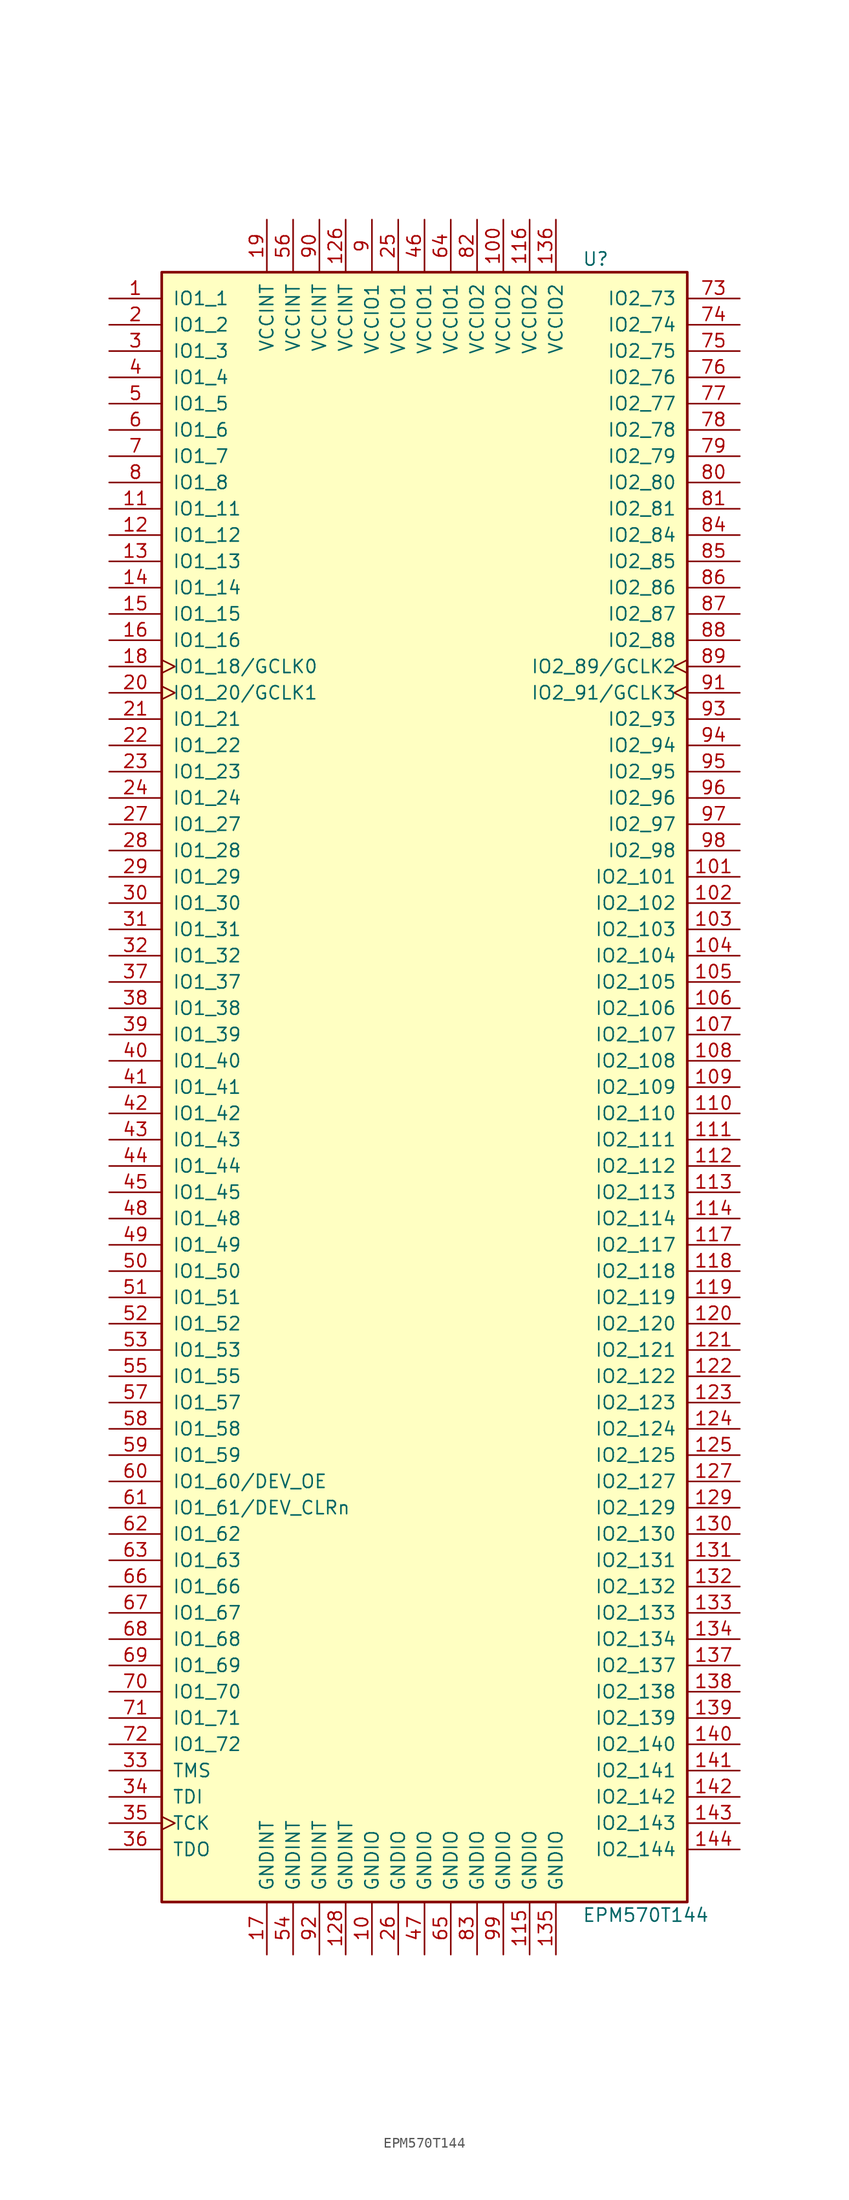
<source format=kicad_sym>
(kicad_symbol_lib
  (version 20220914)
  (generator kicad_symbol_editor)
  (symbol "EPM570T144"
    (pin_names
      (offset 1.016))
    (property "Reference" "U"
      (at 15.24 80.01 0)
      (effects (font (size 1.27 1.27)) (justify left)))
    (property "Value" "EPM570T144"
      (at 15.24 -80.01 0)
      (effects (font (size 1.27 1.27)) (justify left)))
    (property "ki_locked" ""
      (at 0 0 0)
      (effects (font (size 1.27 1.27))))
    (symbol "EPM570T144_1_1"
      (rectangle (start -25.4 78.74) (end 25.4 -78.74) (stroke (width 0.254) (type default)) (fill (type background)))
      (pin bidirectional line (at -30.48 76.2 0) (length 5.08) (name "IO1_1" (effects (font (size 1.27 1.27)))) (number "1" (effects (font (size 1.27 1.27)))))
      (pin power_in line (at -5.08 -83.82 90) (length 5.08) (name "GNDIO" (effects (font (size 1.27 1.27)))) (number "10" (effects (font (size 1.27 1.27)))))
      (pin power_in line (at 7.62 83.82 270) (length 5.08) (name "VCCIO2" (effects (font (size 1.27 1.27)))) (number "100" (effects (font (size 1.27 1.27)))))
      (pin bidirectional line (at 30.48 20.32 180) (length 5.08) (name "IO2_101" (effects (font (size 1.27 1.27)))) (number "101" (effects (font (size 1.27 1.27)))))
      (pin bidirectional line (at 30.48 17.78 180) (length 5.08) (name "IO2_102" (effects (font (size 1.27 1.27)))) (number "102" (effects (font (size 1.27 1.27)))))
      (pin bidirectional line (at 30.48 15.24 180) (length 5.08) (name "IO2_103" (effects (font (size 1.27 1.27)))) (number "103" (effects (font (size 1.27 1.27)))))
      (pin bidirectional line (at 30.48 12.7 180) (length 5.08) (name "IO2_104" (effects (font (size 1.27 1.27)))) (number "104" (effects (font (size 1.27 1.27)))))
      (pin bidirectional line (at 30.48 10.16 180) (length 5.08) (name "IO2_105" (effects (font (size 1.27 1.27)))) (number "105" (effects (font (size 1.27 1.27)))))
      (pin bidirectional line (at 30.48 7.62 180) (length 5.08) (name "IO2_106" (effects (font (size 1.27 1.27)))) (number "106" (effects (font (size 1.27 1.27)))))
      (pin bidirectional line (at 30.48 5.08 180) (length 5.08) (name "IO2_107" (effects (font (size 1.27 1.27)))) (number "107" (effects (font (size 1.27 1.27)))))
      (pin bidirectional line (at 30.48 2.54 180) (length 5.08) (name "IO2_108" (effects (font (size 1.27 1.27)))) (number "108" (effects (font (size 1.27 1.27)))))
      (pin bidirectional line (at 30.48 0 180) (length 5.08) (name "IO2_109" (effects (font (size 1.27 1.27)))) (number "109" (effects (font (size 1.27 1.27)))))
      (pin bidirectional line (at -30.48 55.88 0) (length 5.08) (name "IO1_11" (effects (font (size 1.27 1.27)))) (number "11" (effects (font (size 1.27 1.27)))))
      (pin bidirectional line (at 30.48 -2.54 180) (length 5.08) (name "IO2_110" (effects (font (size 1.27 1.27)))) (number "110" (effects (font (size 1.27 1.27)))))
      (pin bidirectional line (at 30.48 -5.08 180) (length 5.08) (name "IO2_111" (effects (font (size 1.27 1.27)))) (number "111" (effects (font (size 1.27 1.27)))))
      (pin bidirectional line (at 30.48 -7.62 180) (length 5.08) (name "IO2_112" (effects (font (size 1.27 1.27)))) (number "112" (effects (font (size 1.27 1.27)))))
      (pin bidirectional line (at 30.48 -10.16 180) (length 5.08) (name "IO2_113" (effects (font (size 1.27 1.27)))) (number "113" (effects (font (size 1.27 1.27)))))
      (pin bidirectional line (at 30.48 -12.7 180) (length 5.08) (name "IO2_114" (effects (font (size 1.27 1.27)))) (number "114" (effects (font (size 1.27 1.27)))))
      (pin power_in line (at 10.16 -83.82 90) (length 5.08) (name "GNDIO" (effects (font (size 1.27 1.27)))) (number "115" (effects (font (size 1.27 1.27)))))
      (pin power_in line (at 10.16 83.82 270) (length 5.08) (name "VCCIO2" (effects (font (size 1.27 1.27)))) (number "116" (effects (font (size 1.27 1.27)))))
      (pin bidirectional line (at 30.48 -15.24 180) (length 5.08) (name "IO2_117" (effects (font (size 1.27 1.27)))) (number "117" (effects (font (size 1.27 1.27)))))
      (pin bidirectional line (at 30.48 -17.78 180) (length 5.08) (name "IO2_118" (effects (font (size 1.27 1.27)))) (number "118" (effects (font (size 1.27 1.27)))))
      (pin bidirectional line (at 30.48 -20.32 180) (length 5.08) (name "IO2_119" (effects (font (size 1.27 1.27)))) (number "119" (effects (font (size 1.27 1.27)))))
      (pin bidirectional line (at -30.48 53.34 0) (length 5.08) (name "IO1_12" (effects (font (size 1.27 1.27)))) (number "12" (effects (font (size 1.27 1.27)))))
      (pin bidirectional line (at 30.48 -22.86 180) (length 5.08) (name "IO2_120" (effects (font (size 1.27 1.27)))) (number "120" (effects (font (size 1.27 1.27)))))
      (pin bidirectional line (at 30.48 -25.4 180) (length 5.08) (name "IO2_121" (effects (font (size 1.27 1.27)))) (number "121" (effects (font (size 1.27 1.27)))))
      (pin bidirectional line (at 30.48 -27.94 180) (length 5.08) (name "IO2_122" (effects (font (size 1.27 1.27)))) (number "122" (effects (font (size 1.27 1.27)))))
      (pin bidirectional line (at 30.48 -30.48 180) (length 5.08) (name "IO2_123" (effects (font (size 1.27 1.27)))) (number "123" (effects (font (size 1.27 1.27)))))
      (pin bidirectional line (at 30.48 -33.02 180) (length 5.08) (name "IO2_124" (effects (font (size 1.27 1.27)))) (number "124" (effects (font (size 1.27 1.27)))))
      (pin bidirectional line (at 30.48 -35.56 180) (length 5.08) (name "IO2_125" (effects (font (size 1.27 1.27)))) (number "125" (effects (font (size 1.27 1.27)))))
      (pin power_in line (at -7.62 83.82 270) (length 5.08) (name "VCCINT" (effects (font (size 1.27 1.27)))) (number "126" (effects (font (size 1.27 1.27)))))
      (pin bidirectional line (at 30.48 -38.1 180) (length 5.08) (name "IO2_127" (effects (font (size 1.27 1.27)))) (number "127" (effects (font (size 1.27 1.27)))))
      (pin power_in line (at -7.62 -83.82 90) (length 5.08) (name "GNDINT" (effects (font (size 1.27 1.27)))) (number "128" (effects (font (size 1.27 1.27)))))
      (pin bidirectional line (at 30.48 -40.64 180) (length 5.08) (name "IO2_129" (effects (font (size 1.27 1.27)))) (number "129" (effects (font (size 1.27 1.27)))))
      (pin bidirectional line (at -30.48 50.8 0) (length 5.08) (name "IO1_13" (effects (font (size 1.27 1.27)))) (number "13" (effects (font (size 1.27 1.27)))))
      (pin bidirectional line (at 30.48 -43.18 180) (length 5.08) (name "IO2_130" (effects (font (size 1.27 1.27)))) (number "130" (effects (font (size 1.27 1.27)))))
      (pin bidirectional line (at 30.48 -45.72 180) (length 5.08) (name "IO2_131" (effects (font (size 1.27 1.27)))) (number "131" (effects (font (size 1.27 1.27)))))
      (pin bidirectional line (at 30.48 -48.26 180) (length 5.08) (name "IO2_132" (effects (font (size 1.27 1.27)))) (number "132" (effects (font (size 1.27 1.27)))))
      (pin bidirectional line (at 30.48 -50.8 180) (length 5.08) (name "IO2_133" (effects (font (size 1.27 1.27)))) (number "133" (effects (font (size 1.27 1.27)))))
      (pin bidirectional line (at 30.48 -53.34 180) (length 5.08) (name "IO2_134" (effects (font (size 1.27 1.27)))) (number "134" (effects (font (size 1.27 1.27)))))
      (pin power_in line (at 12.7 -83.82 90) (length 5.08) (name "GNDIO" (effects (font (size 1.27 1.27)))) (number "135" (effects (font (size 1.27 1.27)))))
      (pin power_in line (at 12.7 83.82 270) (length 5.08) (name "VCCIO2" (effects (font (size 1.27 1.27)))) (number "136" (effects (font (size 1.27 1.27)))))
      (pin bidirectional line (at 30.48 -55.88 180) (length 5.08) (name "IO2_137" (effects (font (size 1.27 1.27)))) (number "137" (effects (font (size 1.27 1.27)))))
      (pin bidirectional line (at 30.48 -58.42 180) (length 5.08) (name "IO2_138" (effects (font (size 1.27 1.27)))) (number "138" (effects (font (size 1.27 1.27)))))
      (pin bidirectional line (at 30.48 -60.96 180) (length 5.08) (name "IO2_139" (effects (font (size 1.27 1.27)))) (number "139" (effects (font (size 1.27 1.27)))))
      (pin bidirectional line (at -30.48 48.26 0) (length 5.08) (name "IO1_14" (effects (font (size 1.27 1.27)))) (number "14" (effects (font (size 1.27 1.27)))))
      (pin bidirectional line (at 30.48 -63.5 180) (length 5.08) (name "IO2_140" (effects (font (size 1.27 1.27)))) (number "140" (effects (font (size 1.27 1.27)))))
      (pin bidirectional line (at 30.48 -66.04 180) (length 5.08) (name "IO2_141" (effects (font (size 1.27 1.27)))) (number "141" (effects (font (size 1.27 1.27)))))
      (pin bidirectional line (at 30.48 -68.58 180) (length 5.08) (name "IO2_142" (effects (font (size 1.27 1.27)))) (number "142" (effects (font (size 1.27 1.27)))))
      (pin bidirectional line (at 30.48 -71.12 180) (length 5.08) (name "IO2_143" (effects (font (size 1.27 1.27)))) (number "143" (effects (font (size 1.27 1.27)))))
      (pin bidirectional line (at 30.48 -73.66 180) (length 5.08) (name "IO2_144" (effects (font (size 1.27 1.27)))) (number "144" (effects (font (size 1.27 1.27)))))
      (pin bidirectional line (at -30.48 45.72 0) (length 5.08) (name "IO1_15" (effects (font (size 1.27 1.27)))) (number "15" (effects (font (size 1.27 1.27)))))
      (pin bidirectional line (at -30.48 43.18 0) (length 5.08) (name "IO1_16" (effects (font (size 1.27 1.27)))) (number "16" (effects (font (size 1.27 1.27)))))
      (pin power_in line (at -15.24 -83.82 90) (length 5.08) (name "GNDINT" (effects (font (size 1.27 1.27)))) (number "17" (effects (font (size 1.27 1.27)))))
      (pin bidirectional clock (at -30.48 40.64 0) (length 5.08) (name "IO1_18/GCLK0" (effects (font (size 1.27 1.27)))) (number "18" (effects (font (size 1.27 1.27)))))
      (pin power_in line (at -15.24 83.82 270) (length 5.08) (name "VCCINT" (effects (font (size 1.27 1.27)))) (number "19" (effects (font (size 1.27 1.27)))))
      (pin bidirectional line (at -30.48 73.66 0) (length 5.08) (name "IO1_2" (effects (font (size 1.27 1.27)))) (number "2" (effects (font (size 1.27 1.27)))))
      (pin bidirectional clock (at -30.48 38.1 0) (length 5.08) (name "IO1_20/GCLK1" (effects (font (size 1.27 1.27)))) (number "20" (effects (font (size 1.27 1.27)))))
      (pin bidirectional line (at -30.48 35.56 0) (length 5.08) (name "IO1_21" (effects (font (size 1.27 1.27)))) (number "21" (effects (font (size 1.27 1.27)))))
      (pin bidirectional line (at -30.48 33.02 0) (length 5.08) (name "IO1_22" (effects (font (size 1.27 1.27)))) (number "22" (effects (font (size 1.27 1.27)))))
      (pin bidirectional line (at -30.48 30.48 0) (length 5.08) (name "IO1_23" (effects (font (size 1.27 1.27)))) (number "23" (effects (font (size 1.27 1.27)))))
      (pin bidirectional line (at -30.48 27.94 0) (length 5.08) (name "IO1_24" (effects (font (size 1.27 1.27)))) (number "24" (effects (font (size 1.27 1.27)))))
      (pin power_in line (at -2.54 83.82 270) (length 5.08) (name "VCCIO1" (effects (font (size 1.27 1.27)))) (number "25" (effects (font (size 1.27 1.27)))))
      (pin power_in line (at -2.54 -83.82 90) (length 5.08) (name "GNDIO" (effects (font (size 1.27 1.27)))) (number "26" (effects (font (size 1.27 1.27)))))
      (pin bidirectional line (at -30.48 25.4 0) (length 5.08) (name "IO1_27" (effects (font (size 1.27 1.27)))) (number "27" (effects (font (size 1.27 1.27)))))
      (pin bidirectional line (at -30.48 22.86 0) (length 5.08) (name "IO1_28" (effects (font (size 1.27 1.27)))) (number "28" (effects (font (size 1.27 1.27)))))
      (pin bidirectional line (at -30.48 20.32 0) (length 5.08) (name "IO1_29" (effects (font (size 1.27 1.27)))) (number "29" (effects (font (size 1.27 1.27)))))
      (pin bidirectional line (at -30.48 71.12 0) (length 5.08) (name "IO1_3" (effects (font (size 1.27 1.27)))) (number "3" (effects (font (size 1.27 1.27)))))
      (pin bidirectional line (at -30.48 17.78 0) (length 5.08) (name "IO1_30" (effects (font (size 1.27 1.27)))) (number "30" (effects (font (size 1.27 1.27)))))
      (pin bidirectional line (at -30.48 15.24 0) (length 5.08) (name "IO1_31" (effects (font (size 1.27 1.27)))) (number "31" (effects (font (size 1.27 1.27)))))
      (pin bidirectional line (at -30.48 12.7 0) (length 5.08) (name "IO1_32" (effects (font (size 1.27 1.27)))) (number "32" (effects (font (size 1.27 1.27)))))
      (pin input line (at -30.48 -66.04 0) (length 5.08) (name "TMS" (effects (font (size 1.27 1.27)))) (number "33" (effects (font (size 1.27 1.27)))))
      (pin input line (at -30.48 -68.58 0) (length 5.08) (name "TDI" (effects (font (size 1.27 1.27)))) (number "34" (effects (font (size 1.27 1.27)))))
      (pin input clock (at -30.48 -71.12 0) (length 5.08) (name "TCK" (effects (font (size 1.27 1.27)))) (number "35" (effects (font (size 1.27 1.27)))))
      (pin output line (at -30.48 -73.66 0) (length 5.08) (name "TDO" (effects (font (size 1.27 1.27)))) (number "36" (effects (font (size 1.27 1.27)))))
      (pin bidirectional line (at -30.48 10.16 0) (length 5.08) (name "IO1_37" (effects (font (size 1.27 1.27)))) (number "37" (effects (font (size 1.27 1.27)))))
      (pin bidirectional line (at -30.48 7.62 0) (length 5.08) (name "IO1_38" (effects (font (size 1.27 1.27)))) (number "38" (effects (font (size 1.27 1.27)))))
      (pin bidirectional line (at -30.48 5.08 0) (length 5.08) (name "IO1_39" (effects (font (size 1.27 1.27)))) (number "39" (effects (font (size 1.27 1.27)))))
      (pin bidirectional line (at -30.48 68.58 0) (length 5.08) (name "IO1_4" (effects (font (size 1.27 1.27)))) (number "4" (effects (font (size 1.27 1.27)))))
      (pin bidirectional line (at -30.48 2.54 0) (length 5.08) (name "IO1_40" (effects (font (size 1.27 1.27)))) (number "40" (effects (font (size 1.27 1.27)))))
      (pin bidirectional line (at -30.48 0 0) (length 5.08) (name "IO1_41" (effects (font (size 1.27 1.27)))) (number "41" (effects (font (size 1.27 1.27)))))
      (pin bidirectional line (at -30.48 -2.54 0) (length 5.08) (name "IO1_42" (effects (font (size 1.27 1.27)))) (number "42" (effects (font (size 1.27 1.27)))))
      (pin bidirectional line (at -30.48 -5.08 0) (length 5.08) (name "IO1_43" (effects (font (size 1.27 1.27)))) (number "43" (effects (font (size 1.27 1.27)))))
      (pin bidirectional line (at -30.48 -7.62 0) (length 5.08) (name "IO1_44" (effects (font (size 1.27 1.27)))) (number "44" (effects (font (size 1.27 1.27)))))
      (pin bidirectional line (at -30.48 -10.16 0) (length 5.08) (name "IO1_45" (effects (font (size 1.27 1.27)))) (number "45" (effects (font (size 1.27 1.27)))))
      (pin power_in line (at 0 83.82 270) (length 5.08) (name "VCCIO1" (effects (font (size 1.27 1.27)))) (number "46" (effects (font (size 1.27 1.27)))))
      (pin power_in line (at 0 -83.82 90) (length 5.08) (name "GNDIO" (effects (font (size 1.27 1.27)))) (number "47" (effects (font (size 1.27 1.27)))))
      (pin bidirectional line (at -30.48 -12.7 0) (length 5.08) (name "IO1_48" (effects (font (size 1.27 1.27)))) (number "48" (effects (font (size 1.27 1.27)))))
      (pin bidirectional line (at -30.48 -15.24 0) (length 5.08) (name "IO1_49" (effects (font (size 1.27 1.27)))) (number "49" (effects (font (size 1.27 1.27)))))
      (pin bidirectional line (at -30.48 66.04 0) (length 5.08) (name "IO1_5" (effects (font (size 1.27 1.27)))) (number "5" (effects (font (size 1.27 1.27)))))
      (pin bidirectional line (at -30.48 -17.78 0) (length 5.08) (name "IO1_50" (effects (font (size 1.27 1.27)))) (number "50" (effects (font (size 1.27 1.27)))))
      (pin bidirectional line (at -30.48 -20.32 0) (length 5.08) (name "IO1_51" (effects (font (size 1.27 1.27)))) (number "51" (effects (font (size 1.27 1.27)))))
      (pin bidirectional line (at -30.48 -22.86 0) (length 5.08) (name "IO1_52" (effects (font (size 1.27 1.27)))) (number "52" (effects (font (size 1.27 1.27)))))
      (pin bidirectional line (at -30.48 -25.4 0) (length 5.08) (name "IO1_53" (effects (font (size 1.27 1.27)))) (number "53" (effects (font (size 1.27 1.27)))))
      (pin power_in line (at -12.7 -83.82 90) (length 5.08) (name "GNDINT" (effects (font (size 1.27 1.27)))) (number "54" (effects (font (size 1.27 1.27)))))
      (pin bidirectional line (at -30.48 -27.94 0) (length 5.08) (name "IO1_55" (effects (font (size 1.27 1.27)))) (number "55" (effects (font (size 1.27 1.27)))))
      (pin power_in line (at -12.7 83.82 270) (length 5.08) (name "VCCINT" (effects (font (size 1.27 1.27)))) (number "56" (effects (font (size 1.27 1.27)))))
      (pin bidirectional line (at -30.48 -30.48 0) (length 5.08) (name "IO1_57" (effects (font (size 1.27 1.27)))) (number "57" (effects (font (size 1.27 1.27)))))
      (pin bidirectional line (at -30.48 -33.02 0) (length 5.08) (name "IO1_58" (effects (font (size 1.27 1.27)))) (number "58" (effects (font (size 1.27 1.27)))))
      (pin bidirectional line (at -30.48 -35.56 0) (length 5.08) (name "IO1_59" (effects (font (size 1.27 1.27)))) (number "59" (effects (font (size 1.27 1.27)))))
      (pin bidirectional line (at -30.48 63.5 0) (length 5.08) (name "IO1_6" (effects (font (size 1.27 1.27)))) (number "6" (effects (font (size 1.27 1.27)))))
      (pin bidirectional line (at -30.48 -38.1 0) (length 5.08) (name "IO1_60/DEV_OE" (effects (font (size 1.27 1.27)))) (number "60" (effects (font (size 1.27 1.27)))))
      (pin bidirectional line (at -30.48 -40.64 0) (length 5.08) (name "IO1_61/DEV_CLRn" (effects (font (size 1.27 1.27)))) (number "61" (effects (font (size 1.27 1.27)))))
      (pin bidirectional line (at -30.48 -43.18 0) (length 5.08) (name "IO1_62" (effects (font (size 1.27 1.27)))) (number "62" (effects (font (size 1.27 1.27)))))
      (pin bidirectional line (at -30.48 -45.72 0) (length 5.08) (name "IO1_63" (effects (font (size 1.27 1.27)))) (number "63" (effects (font (size 1.27 1.27)))))
      (pin power_in line (at 2.54 83.82 270) (length 5.08) (name "VCCIO1" (effects (font (size 1.27 1.27)))) (number "64" (effects (font (size 1.27 1.27)))))
      (pin power_in line (at 2.54 -83.82 90) (length 5.08) (name "GNDIO" (effects (font (size 1.27 1.27)))) (number "65" (effects (font (size 1.27 1.27)))))
      (pin bidirectional line (at -30.48 -48.26 0) (length 5.08) (name "IO1_66" (effects (font (size 1.27 1.27)))) (number "66" (effects (font (size 1.27 1.27)))))
      (pin bidirectional line (at -30.48 -50.8 0) (length 5.08) (name "IO1_67" (effects (font (size 1.27 1.27)))) (number "67" (effects (font (size 1.27 1.27)))))
      (pin bidirectional line (at -30.48 -53.34 0) (length 5.08) (name "IO1_68" (effects (font (size 1.27 1.27)))) (number "68" (effects (font (size 1.27 1.27)))))
      (pin bidirectional line (at -30.48 -55.88 0) (length 5.08) (name "IO1_69" (effects (font (size 1.27 1.27)))) (number "69" (effects (font (size 1.27 1.27)))))
      (pin bidirectional line (at -30.48 60.96 0) (length 5.08) (name "IO1_7" (effects (font (size 1.27 1.27)))) (number "7" (effects (font (size 1.27 1.27)))))
      (pin bidirectional line (at -30.48 -58.42 0) (length 5.08) (name "IO1_70" (effects (font (size 1.27 1.27)))) (number "70" (effects (font (size 1.27 1.27)))))
      (pin bidirectional line (at -30.48 -60.96 0) (length 5.08) (name "IO1_71" (effects (font (size 1.27 1.27)))) (number "71" (effects (font (size 1.27 1.27)))))
      (pin bidirectional line (at -30.48 -63.5 0) (length 5.08) (name "IO1_72" (effects (font (size 1.27 1.27)))) (number "72" (effects (font (size 1.27 1.27)))))
      (pin bidirectional line (at 30.48 76.2 180) (length 5.08) (name "IO2_73" (effects (font (size 1.27 1.27)))) (number "73" (effects (font (size 1.27 1.27)))))
      (pin bidirectional line (at 30.48 73.66 180) (length 5.08) (name "IO2_74" (effects (font (size 1.27 1.27)))) (number "74" (effects (font (size 1.27 1.27)))))
      (pin bidirectional line (at 30.48 71.12 180) (length 5.08) (name "IO2_75" (effects (font (size 1.27 1.27)))) (number "75" (effects (font (size 1.27 1.27)))))
      (pin bidirectional line (at 30.48 68.58 180) (length 5.08) (name "IO2_76" (effects (font (size 1.27 1.27)))) (number "76" (effects (font (size 1.27 1.27)))))
      (pin bidirectional line (at 30.48 66.04 180) (length 5.08) (name "IO2_77" (effects (font (size 1.27 1.27)))) (number "77" (effects (font (size 1.27 1.27)))))
      (pin bidirectional line (at 30.48 63.5 180) (length 5.08) (name "IO2_78" (effects (font (size 1.27 1.27)))) (number "78" (effects (font (size 1.27 1.27)))))
      (pin bidirectional line (at 30.48 60.96 180) (length 5.08) (name "IO2_79" (effects (font (size 1.27 1.27)))) (number "79" (effects (font (size 1.27 1.27)))))
      (pin bidirectional line (at -30.48 58.42 0) (length 5.08) (name "IO1_8" (effects (font (size 1.27 1.27)))) (number "8" (effects (font (size 1.27 1.27)))))
      (pin bidirectional line (at 30.48 58.42 180) (length 5.08) (name "IO2_80" (effects (font (size 1.27 1.27)))) (number "80" (effects (font (size 1.27 1.27)))))
      (pin bidirectional line (at 30.48 55.88 180) (length 5.08) (name "IO2_81" (effects (font (size 1.27 1.27)))) (number "81" (effects (font (size 1.27 1.27)))))
      (pin power_in line (at 5.08 83.82 270) (length 5.08) (name "VCCIO2" (effects (font (size 1.27 1.27)))) (number "82" (effects (font (size 1.27 1.27)))))
      (pin power_in line (at 5.08 -83.82 90) (length 5.08) (name "GNDIO" (effects (font (size 1.27 1.27)))) (number "83" (effects (font (size 1.27 1.27)))))
      (pin bidirectional line (at 30.48 53.34 180) (length 5.08) (name "IO2_84" (effects (font (size 1.27 1.27)))) (number "84" (effects (font (size 1.27 1.27)))))
      (pin bidirectional line (at 30.48 50.8 180) (length 5.08) (name "IO2_85" (effects (font (size 1.27 1.27)))) (number "85" (effects (font (size 1.27 1.27)))))
      (pin bidirectional line (at 30.48 48.26 180) (length 5.08) (name "IO2_86" (effects (font (size 1.27 1.27)))) (number "86" (effects (font (size 1.27 1.27)))))
      (pin bidirectional line (at 30.48 45.72 180) (length 5.08) (name "IO2_87" (effects (font (size 1.27 1.27)))) (number "87" (effects (font (size 1.27 1.27)))))
      (pin bidirectional line (at 30.48 43.18 180) (length 5.08) (name "IO2_88" (effects (font (size 1.27 1.27)))) (number "88" (effects (font (size 1.27 1.27)))))
      (pin bidirectional clock (at 30.48 40.64 180) (length 5.08) (name "IO2_89/GCLK2" (effects (font (size 1.27 1.27)))) (number "89" (effects (font (size 1.27 1.27)))))
      (pin power_in line (at -5.08 83.82 270) (length 5.08) (name "VCCIO1" (effects (font (size 1.27 1.27)))) (number "9" (effects (font (size 1.27 1.27)))))
      (pin power_in line (at -10.16 83.82 270) (length 5.08) (name "VCCINT" (effects (font (size 1.27 1.27)))) (number "90" (effects (font (size 1.27 1.27)))))
      (pin bidirectional clock (at 30.48 38.1 180) (length 5.08) (name "IO2_91/GCLK3" (effects (font (size 1.27 1.27)))) (number "91" (effects (font (size 1.27 1.27)))))
      (pin power_in line (at -10.16 -83.82 90) (length 5.08) (name "GNDINT" (effects (font (size 1.27 1.27)))) (number "92" (effects (font (size 1.27 1.27)))))
      (pin bidirectional line (at 30.48 35.56 180) (length 5.08) (name "IO2_93" (effects (font (size 1.27 1.27)))) (number "93" (effects (font (size 1.27 1.27)))))
      (pin bidirectional line (at 30.48 33.02 180) (length 5.08) (name "IO2_94" (effects (font (size 1.27 1.27)))) (number "94" (effects (font (size 1.27 1.27)))))
      (pin bidirectional line (at 30.48 30.48 180) (length 5.08) (name "IO2_95" (effects (font (size 1.27 1.27)))) (number "95" (effects (font (size 1.27 1.27)))))
      (pin bidirectional line (at 30.48 27.94 180) (length 5.08) (name "IO2_96" (effects (font (size 1.27 1.27)))) (number "96" (effects (font (size 1.27 1.27)))))
      (pin bidirectional line (at 30.48 25.4 180) (length 5.08) (name "IO2_97" (effects (font (size 1.27 1.27)))) (number "97" (effects (font (size 1.27 1.27)))))
      (pin bidirectional line (at 30.48 22.86 180) (length 5.08) (name "IO2_98" (effects (font (size 1.27 1.27)))) (number "98" (effects (font (size 1.27 1.27)))))
      (pin power_in line (at 7.62 -83.82 90) (length 5.08) (name "GNDIO" (effects (font (size 1.27 1.27)))) (number "99" (effects (font (size 1.27 1.27))))))))
</source>
